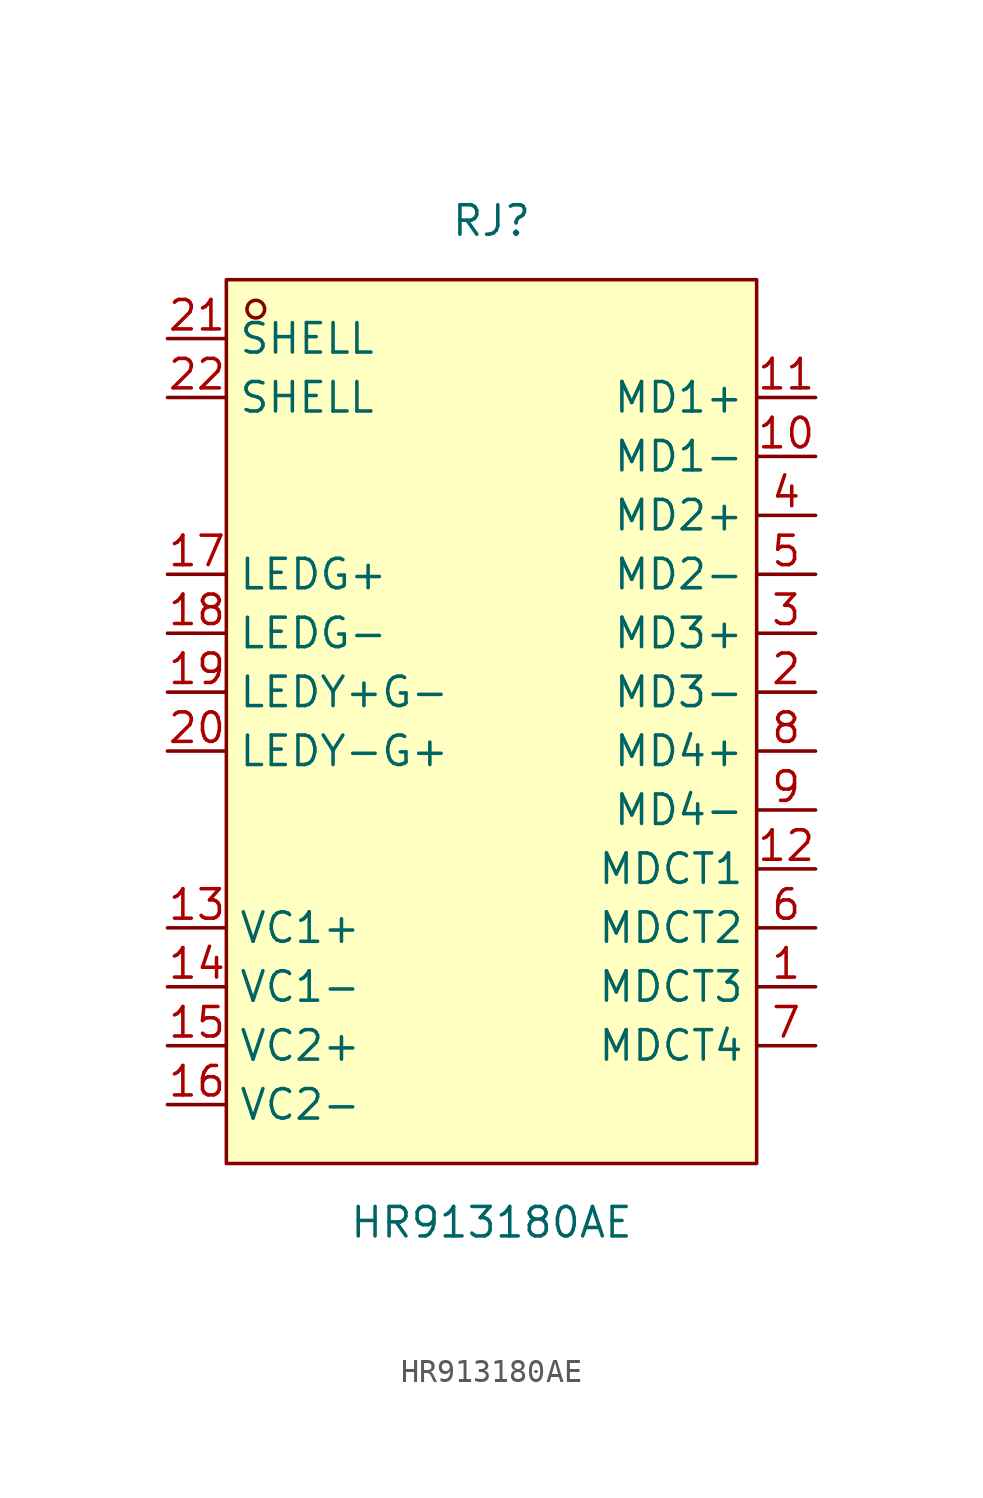
<source format=kicad_sym>
(kicad_symbol_lib
  (version 20211014)
  (generator https://github.com/uPesy/easyeda2kicad.py)
  (symbol "HR913180AE"
    (property "Reference" "RJ"
      (at 0 21.59 0)
      (effects (font (size 1.27 1.27))))
    (property "Value" "HR913180AE"
      (at 0 -21.59 0)
      (effects (font (size 1.27 1.27))))
    (symbol "HR913180AE_0_1"
      (rectangle (start -11.43 19.05) (end 11.43 -19.05) (stroke (width 0) (type default) (color 0 0 0 0)) (fill (type background)))
      (circle (center -10.16 17.78) (radius 0.38) (stroke (width 0) (type default) (color 0 0 0 0)) (fill (type none)))
      (pin unspecified line (at -13.97 16.51 0) (length 2.54) (name "SHELL" (effects (font (size 1.27 1.27)))) (number "21" (effects (font (size 1.27 1.27)))))
      (pin unspecified line (at -13.97 13.97 0) (length 2.54) (name "SHELL" (effects (font (size 1.27 1.27)))) (number "22" (effects (font (size 1.27 1.27)))))
      (pin unspecified line (at -13.97 6.35 0) (length 2.54) (name "LEDG+" (effects (font (size 1.27 1.27)))) (number "17" (effects (font (size 1.27 1.27)))))
      (pin unspecified line (at -13.97 3.81 0) (length 2.54) (name "LEDG-" (effects (font (size 1.27 1.27)))) (number "18" (effects (font (size 1.27 1.27)))))
      (pin unspecified line (at -13.97 1.27 0) (length 2.54) (name "LEDY+G-" (effects (font (size 1.27 1.27)))) (number "19" (effects (font (size 1.27 1.27)))))
      (pin unspecified line (at -13.97 -1.27 0) (length 2.54) (name "LEDY-G+" (effects (font (size 1.27 1.27)))) (number "20" (effects (font (size 1.27 1.27)))))
      (pin unspecified line (at -13.97 -8.89 0) (length 2.54) (name "VC1+" (effects (font (size 1.27 1.27)))) (number "13" (effects (font (size 1.27 1.27)))))
      (pin unspecified line (at -13.97 -11.43 0) (length 2.54) (name "VC1-" (effects (font (size 1.27 1.27)))) (number "14" (effects (font (size 1.27 1.27)))))
      (pin unspecified line (at -13.97 -13.97 0) (length 2.54) (name "VC2+" (effects (font (size 1.27 1.27)))) (number "15" (effects (font (size 1.27 1.27)))))
      (pin unspecified line (at -13.97 -16.51 0) (length 2.54) (name "VC2-" (effects (font (size 1.27 1.27)))) (number "16" (effects (font (size 1.27 1.27)))))
      (pin unspecified line (at 13.97 -13.97 180) (length 2.54) (name "MDCT4" (effects (font (size 1.27 1.27)))) (number "7" (effects (font (size 1.27 1.27)))))
      (pin unspecified line (at 13.97 -11.43 180) (length 2.54) (name "MDCT3" (effects (font (size 1.27 1.27)))) (number "1" (effects (font (size 1.27 1.27)))))
      (pin unspecified line (at 13.97 -8.89 180) (length 2.54) (name "MDCT2" (effects (font (size 1.27 1.27)))) (number "6" (effects (font (size 1.27 1.27)))))
      (pin unspecified line (at 13.97 -6.35 180) (length 2.54) (name "MDCT1" (effects (font (size 1.27 1.27)))) (number "12" (effects (font (size 1.27 1.27)))))
      (pin unspecified line (at 13.97 -3.81 180) (length 2.54) (name "MD4-" (effects (font (size 1.27 1.27)))) (number "9" (effects (font (size 1.27 1.27)))))
      (pin unspecified line (at 13.97 -1.27 180) (length 2.54) (name "MD4+" (effects (font (size 1.27 1.27)))) (number "8" (effects (font (size 1.27 1.27)))))
      (pin unspecified line (at 13.97 1.27 180) (length 2.54) (name "MD3-" (effects (font (size 1.27 1.27)))) (number "2" (effects (font (size 1.27 1.27)))))
      (pin unspecified line (at 13.97 3.81 180) (length 2.54) (name "MD3+" (effects (font (size 1.27 1.27)))) (number "3" (effects (font (size 1.27 1.27)))))
      (pin unspecified line (at 13.97 6.35 180) (length 2.54) (name "MD2-" (effects (font (size 1.27 1.27)))) (number "5" (effects (font (size 1.27 1.27)))))
      (pin unspecified line (at 13.97 8.89 180) (length 2.54) (name "MD2+" (effects (font (size 1.27 1.27)))) (number "4" (effects (font (size 1.27 1.27)))))
      (pin unspecified line (at 13.97 11.43 180) (length 2.54) (name "MD1-" (effects (font (size 1.27 1.27)))) (number "10" (effects (font (size 1.27 1.27)))))
      (pin unspecified line (at 13.97 13.97 180) (length 2.54) (name "MD1+" (effects (font (size 1.27 1.27)))) (number "11" (effects (font (size 1.27 1.27))))))))
</source>
